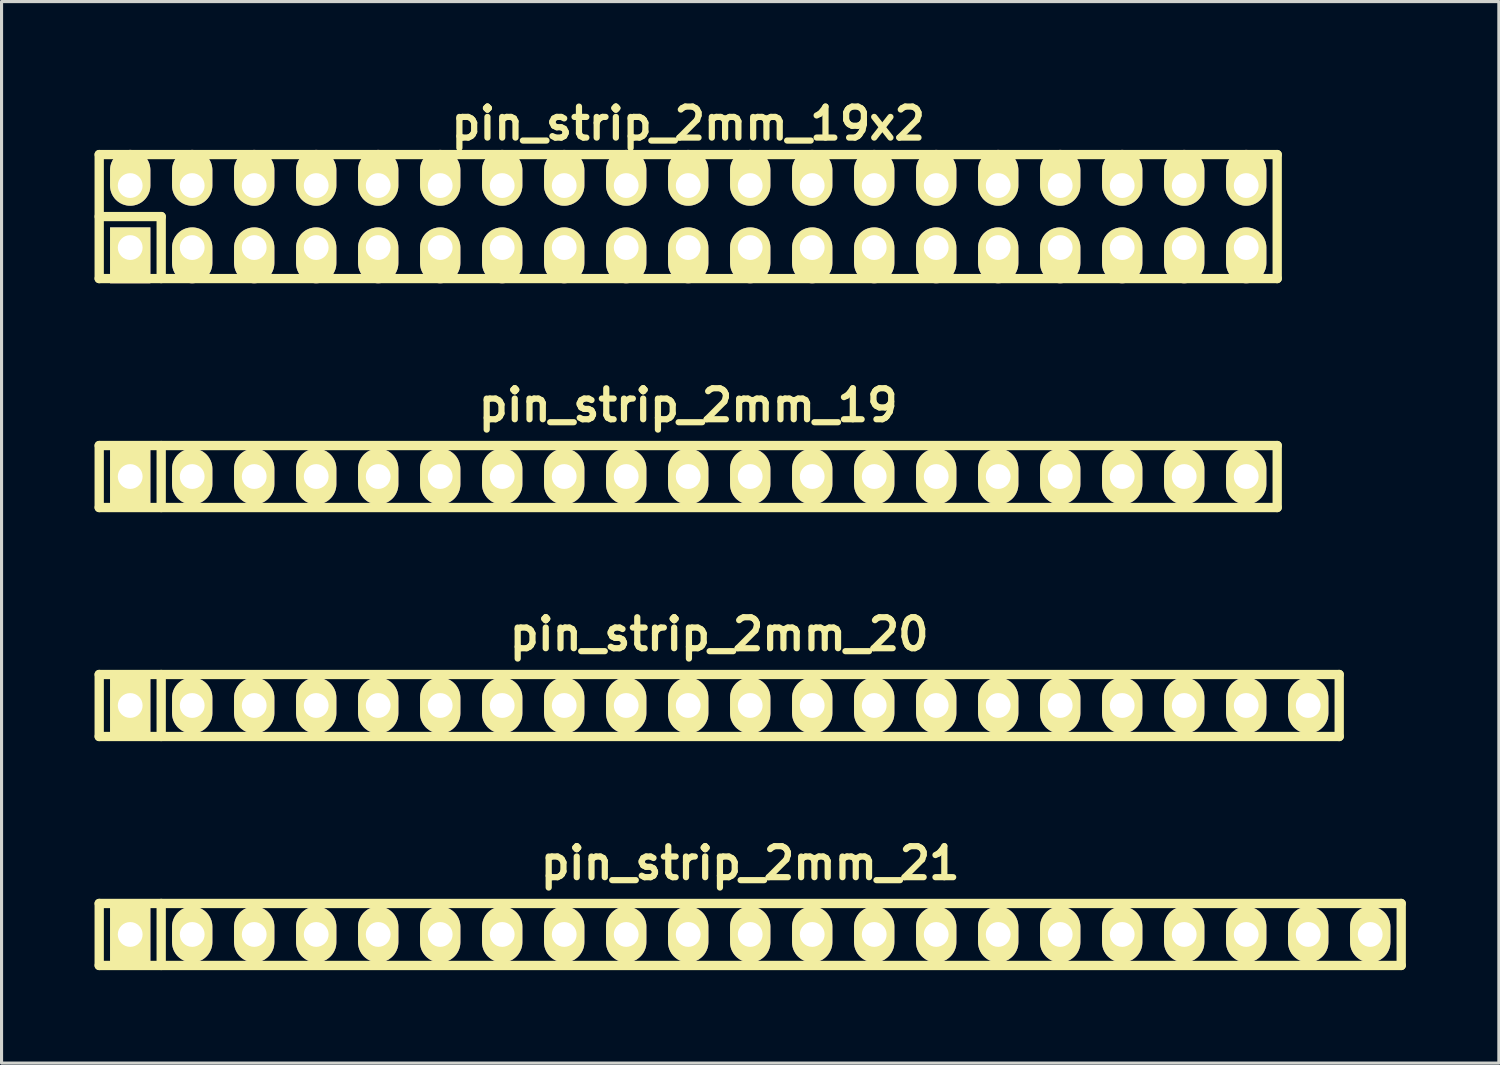
<source format=kicad_pcb>
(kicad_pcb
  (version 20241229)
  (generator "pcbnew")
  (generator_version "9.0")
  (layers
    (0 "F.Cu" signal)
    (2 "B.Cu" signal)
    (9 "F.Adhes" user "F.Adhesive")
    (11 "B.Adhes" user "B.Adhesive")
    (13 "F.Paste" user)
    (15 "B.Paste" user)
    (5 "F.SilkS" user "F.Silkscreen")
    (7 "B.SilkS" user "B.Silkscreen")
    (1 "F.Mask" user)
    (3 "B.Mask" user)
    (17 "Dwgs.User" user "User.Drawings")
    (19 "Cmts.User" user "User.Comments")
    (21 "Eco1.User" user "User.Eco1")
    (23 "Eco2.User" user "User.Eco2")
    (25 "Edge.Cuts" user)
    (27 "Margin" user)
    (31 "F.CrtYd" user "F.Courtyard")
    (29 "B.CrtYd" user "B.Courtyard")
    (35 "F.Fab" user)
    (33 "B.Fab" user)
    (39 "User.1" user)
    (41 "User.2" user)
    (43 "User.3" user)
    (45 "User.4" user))
  (footprint "pin_strip_2mm_21"
    (layer "F.Cu")
    (at 21.15 27.094)
    (property "Reference" "pin_strip_2mm_21" (at 0 -2.3 0) (layer "F.SilkS") (effects (font (size 1 1) (thickness 0.2))))
    (attr through_hole)
    (fp_line (start -21 -1) (end 21 -1) (stroke (width 0.3) (type solid)) (layer "F.SilkS"))
    (fp_line (start -21 1) (end -21 -1) (stroke (width 0.3) (type solid)) (layer "F.SilkS"))
    (fp_line (start -19 -1) (end -19 1) (stroke (width 0.3) (type solid)) (layer "F.SilkS"))
    (fp_line (start 21 -1) (end 21 1) (stroke (width 0.3) (type solid)) (layer "F.SilkS"))
    (fp_line (start 21 1) (end -21 1) (stroke (width 0.3) (type solid)) (layer "F.SilkS"))
    (pad "1" thru_hole rect (at -20 0) (size 1.3 1.8) (drill 0.8) (layers "*.Cu" "*.Mask" "F.SilkS"))
    (pad "2" thru_hole oval (at -18 0) (size 1.3 1.8) (drill 0.8) (layers "*.Cu" "*.Mask" "F.SilkS"))
    (pad "3" thru_hole oval (at -16 0) (size 1.3 1.8) (drill 0.8) (layers "*.Cu" "*.Mask" "F.SilkS"))
    (pad "4" thru_hole oval (at -14 0) (size 1.3 1.8) (drill 0.8) (layers "*.Cu" "*.Mask" "F.SilkS"))
    (pad "5" thru_hole oval (at -12 0) (size 1.3 1.8) (drill 0.8) (layers "*.Cu" "*.Mask" "F.SilkS"))
    (pad "6" thru_hole oval (at -10 0) (size 1.3 1.8) (drill 0.8) (layers "*.Cu" "*.Mask" "F.SilkS"))
    (pad "7" thru_hole oval (at -8 0) (size 1.3 1.8) (drill 0.8) (layers "*.Cu" "*.Mask" "F.SilkS"))
    (pad "8" thru_hole oval (at -6 0) (size 1.3 1.8) (drill 0.8) (layers "*.Cu" "*.Mask" "F.SilkS"))
    (pad "9" thru_hole oval (at -4 0) (size 1.3 1.8) (drill 0.8) (layers "*.Cu" "*.Mask" "F.SilkS"))
    (pad "10" thru_hole oval (at -2 0) (size 1.3 1.8) (drill 0.8) (layers "*.Cu" "*.Mask" "F.SilkS"))
    (pad "11" thru_hole oval (at 0 0) (size 1.3 1.8) (drill 0.8) (layers "*.Cu" "*.Mask" "F.SilkS"))
    (pad "12" thru_hole oval (at 2 0) (size 1.3 1.8) (drill 0.8) (layers "*.Cu" "*.Mask" "F.SilkS"))
    (pad "13" thru_hole oval (at 4 0) (size 1.3 1.8) (drill 0.8) (layers "*.Cu" "*.Mask" "F.SilkS"))
    (pad "14" thru_hole oval (at 6 0) (size 1.3 1.8) (drill 0.8) (layers "*.Cu" "*.Mask" "F.SilkS"))
    (pad "15" thru_hole oval (at 8 0) (size 1.3 1.8) (drill 0.8) (layers "*.Cu" "*.Mask" "F.SilkS"))
    (pad "16" thru_hole oval (at 10 0) (size 1.3 1.8) (drill 0.8) (layers "*.Cu" "*.Mask" "F.SilkS"))
    (pad "17" thru_hole oval (at 12 0) (size 1.3 1.8) (drill 0.8) (layers "*.Cu" "*.Mask" "F.SilkS"))
    (pad "18" thru_hole oval (at 14 0) (size 1.3 1.8) (drill 0.8) (layers "*.Cu" "*.Mask" "F.SilkS"))
    (pad "19" thru_hole oval (at 16 0) (size 1.3 1.8) (drill 0.8) (layers "*.Cu" "*.Mask" "F.SilkS"))
    (pad "20" thru_hole oval (at 18 0) (size 1.3 1.8) (drill 0.8) (layers "*.Cu" "*.Mask" "F.SilkS"))
    (pad "21" thru_hole oval (at 20 0) (size 1.3 1.8) (drill 0.8) (layers "*.Cu" "*.Mask" "F.SilkS")))
  (footprint "pin_strip_2mm_20"
    (layer "F.Cu")
    (at 20.15 19.708)
    (property "Reference" "pin_strip_2mm_20" (at 0 -2.3 0) (layer "F.SilkS") (effects (font (size 1 1) (thickness 0.2))))
    (attr through_hole)
    (fp_line (start -20 -1) (end 20 -1) (stroke (width 0.3) (type solid)) (layer "F.SilkS"))
    (fp_line (start -20 1) (end -20 -1) (stroke (width 0.3) (type solid)) (layer "F.SilkS"))
    (fp_line (start -18 -1) (end -18 1) (stroke (width 0.3) (type solid)) (layer "F.SilkS"))
    (fp_line (start 20 -1) (end 20 1) (stroke (width 0.3) (type solid)) (layer "F.SilkS"))
    (fp_line (start 20 1) (end -20 1) (stroke (width 0.3) (type solid)) (layer "F.SilkS"))
    (pad "1" thru_hole rect (at -19 0) (size 1.3 1.8) (drill 0.8) (layers "*.Cu" "*.Mask" "F.SilkS"))
    (pad "2" thru_hole oval (at -17 0) (size 1.3 1.8) (drill 0.8) (layers "*.Cu" "*.Mask" "F.SilkS"))
    (pad "3" thru_hole oval (at -15 0) (size 1.3 1.8) (drill 0.8) (layers "*.Cu" "*.Mask" "F.SilkS"))
    (pad "4" thru_hole oval (at -13 0) (size 1.3 1.8) (drill 0.8) (layers "*.Cu" "*.Mask" "F.SilkS"))
    (pad "5" thru_hole oval (at -11 0) (size 1.3 1.8) (drill 0.8) (layers "*.Cu" "*.Mask" "F.SilkS"))
    (pad "6" thru_hole oval (at -9 0) (size 1.3 1.8) (drill 0.8) (layers "*.Cu" "*.Mask" "F.SilkS"))
    (pad "7" thru_hole oval (at -7 0) (size 1.3 1.8) (drill 0.8) (layers "*.Cu" "*.Mask" "F.SilkS"))
    (pad "8" thru_hole oval (at -5 0) (size 1.3 1.8) (drill 0.8) (layers "*.Cu" "*.Mask" "F.SilkS"))
    (pad "9" thru_hole oval (at -3 0) (size 1.3 1.8) (drill 0.8) (layers "*.Cu" "*.Mask" "F.SilkS"))
    (pad "10" thru_hole oval (at -1 0) (size 1.3 1.8) (drill 0.8) (layers "*.Cu" "*.Mask" "F.SilkS"))
    (pad "11" thru_hole oval (at 1 0) (size 1.3 1.8) (drill 0.8) (layers "*.Cu" "*.Mask" "F.SilkS"))
    (pad "12" thru_hole oval (at 3 0) (size 1.3 1.8) (drill 0.8) (layers "*.Cu" "*.Mask" "F.SilkS"))
    (pad "13" thru_hole oval (at 5 0) (size 1.3 1.8) (drill 0.8) (layers "*.Cu" "*.Mask" "F.SilkS"))
    (pad "14" thru_hole oval (at 7 0) (size 1.3 1.8) (drill 0.8) (layers "*.Cu" "*.Mask" "F.SilkS"))
    (pad "15" thru_hole oval (at 9 0) (size 1.3 1.8) (drill 0.8) (layers "*.Cu" "*.Mask" "F.SilkS"))
    (pad "16" thru_hole oval (at 11 0) (size 1.3 1.8) (drill 0.8) (layers "*.Cu" "*.Mask" "F.SilkS"))
    (pad "17" thru_hole oval (at 13 0) (size 1.3 1.8) (drill 0.8) (layers "*.Cu" "*.Mask" "F.SilkS"))
    (pad "18" thru_hole oval (at 15 0) (size 1.3 1.8) (drill 0.8) (layers "*.Cu" "*.Mask" "F.SilkS"))
    (pad "19" thru_hole oval (at 17 0) (size 1.3 1.8) (drill 0.8) (layers "*.Cu" "*.Mask" "F.SilkS"))
    (pad "20" thru_hole oval (at 19 0) (size 1.3 1.8) (drill 0.8) (layers "*.Cu" "*.Mask" "F.SilkS")))
  (footprint "pin_strip_2mm_19x2"
    (layer "F.Cu")
    (at 19.15 3.936)
    (property "Reference" "pin_strip_2mm_19x2" (at 0 -3 0) (layer "F.SilkS") (effects (font (size 1 1) (thickness 0.2))))
    (attr through_hole)
    (fp_line (start -19 -2) (end 19 -2) (stroke (width 0.3) (type solid)) (layer "F.SilkS"))
    (fp_line (start -19 0) (end -17 0) (stroke (width 0.3) (type solid)) (layer "F.SilkS"))
    (fp_line (start -19 2) (end -19 -2) (stroke (width 0.3) (type solid)) (layer "F.SilkS"))
    (fp_line (start -17 0) (end -17 2) (stroke (width 0.3) (type solid)) (layer "F.SilkS"))
    (fp_line (start 19 -2) (end 19 2) (stroke (width 0.3) (type solid)) (layer "F.SilkS"))
    (fp_line (start 19 2) (end -19 2) (stroke (width 0.3) (type solid)) (layer "F.SilkS"))
    (pad "1" thru_hole rect (at -18 1) (size 1.3 1.8) (drill 0.8 (offset 0 0.25)) (layers "*.Cu" "*.Mask" "F.SilkS"))
    (pad "2" thru_hole oval (at -18 -1) (size 1.3 1.8) (drill 0.8 (offset 0 -0.25)) (layers "*.Cu" "*.Mask" "F.SilkS"))
    (pad "3" thru_hole oval (at -16 1) (size 1.3 1.8) (drill 0.8 (offset 0 0.25)) (layers "*.Cu" "*.Mask" "F.SilkS"))
    (pad "4" thru_hole oval (at -16 -1) (size 1.3 1.8) (drill 0.8 (offset 0 -0.25)) (layers "*.Cu" "*.Mask" "F.SilkS"))
    (pad "5" thru_hole oval (at -14 1) (size 1.3 1.8) (drill 0.8 (offset 0 0.25)) (layers "*.Cu" "*.Mask" "F.SilkS"))
    (pad "6" thru_hole oval (at -14 -1) (size 1.3 1.8) (drill 0.8 (offset 0 -0.25)) (layers "*.Cu" "*.Mask" "F.SilkS"))
    (pad "7" thru_hole oval (at -12 1) (size 1.3 1.8) (drill 0.8 (offset 0 0.25)) (layers "*.Cu" "*.Mask" "F.SilkS"))
    (pad "8" thru_hole oval (at -12 -1) (size 1.3 1.8) (drill 0.8 (offset 0 -0.25)) (layers "*.Cu" "*.Mask" "F.SilkS"))
    (pad "9" thru_hole oval (at -10 1) (size 1.3 1.8) (drill 0.8 (offset 0 0.25)) (layers "*.Cu" "*.Mask" "F.SilkS"))
    (pad "10" thru_hole oval (at -10 -1) (size 1.3 1.8) (drill 0.8 (offset 0 -0.25)) (layers "*.Cu" "*.Mask" "F.SilkS"))
    (pad "11" thru_hole oval (at -8 1) (size 1.3 1.8) (drill 0.8 (offset 0 0.25)) (layers "*.Cu" "*.Mask" "F.SilkS"))
    (pad "12" thru_hole oval (at -8 -1) (size 1.3 1.8) (drill 0.8 (offset 0 -0.25)) (layers "*.Cu" "*.Mask" "F.SilkS"))
    (pad "13" thru_hole oval (at -6 1) (size 1.3 1.8) (drill 0.8 (offset 0 0.25)) (layers "*.Cu" "*.Mask" "F.SilkS"))
    (pad "14" thru_hole oval (at -6 -1) (size 1.3 1.8) (drill 0.8 (offset 0 -0.25)) (layers "*.Cu" "*.Mask" "F.SilkS"))
    (pad "15" thru_hole oval (at -4 1) (size 1.3 1.8) (drill 0.8 (offset 0 0.25)) (layers "*.Cu" "*.Mask" "F.SilkS"))
    (pad "16" thru_hole oval (at -4 -1) (size 1.3 1.8) (drill 0.8 (offset 0 -0.25)) (layers "*.Cu" "*.Mask" "F.SilkS"))
    (pad "17" thru_hole oval (at -2 1) (size 1.3 1.8) (drill 0.8 (offset 0 0.25)) (layers "*.Cu" "*.Mask" "F.SilkS"))
    (pad "18" thru_hole oval (at -2 -1) (size 1.3 1.8) (drill 0.8 (offset 0 -0.25)) (layers "*.Cu" "*.Mask" "F.SilkS"))
    (pad "19" thru_hole oval (at 0 1) (size 1.3 1.8) (drill 0.8 (offset 0 0.25)) (layers "*.Cu" "*.Mask" "F.SilkS"))
    (pad "20" thru_hole oval (at 0 -1) (size 1.3 1.8) (drill 0.8 (offset 0 -0.25)) (layers "*.Cu" "*.Mask" "F.SilkS"))
    (pad "21" thru_hole oval (at 2 1) (size 1.3 1.8) (drill 0.8 (offset 0 0.25)) (layers "*.Cu" "*.Mask" "F.SilkS"))
    (pad "22" thru_hole oval (at 2 -1) (size 1.3 1.8) (drill 0.8 (offset 0 -0.25)) (layers "*.Cu" "*.Mask" "F.SilkS"))
    (pad "23" thru_hole oval (at 4 1) (size 1.3 1.8) (drill 0.8 (offset 0 0.25)) (layers "*.Cu" "*.Mask" "F.SilkS"))
    (pad "24" thru_hole oval (at 4 -1) (size 1.3 1.8) (drill 0.8 (offset 0 -0.25)) (layers "*.Cu" "*.Mask" "F.SilkS"))
    (pad "25" thru_hole oval (at 6 1) (size 1.3 1.8) (drill 0.8 (offset 0 0.25)) (layers "*.Cu" "*.Mask" "F.SilkS"))
    (pad "26" thru_hole oval (at 6 -1) (size 1.3 1.8) (drill 0.8 (offset 0 -0.25)) (layers "*.Cu" "*.Mask" "F.SilkS"))
    (pad "27" thru_hole oval (at 8 1) (size 1.3 1.8) (drill 0.8 (offset 0 0.25)) (layers "*.Cu" "*.Mask" "F.SilkS"))
    (pad "28" thru_hole oval (at 8 -1) (size 1.3 1.8) (drill 0.8 (offset 0 -0.25)) (layers "*.Cu" "*.Mask" "F.SilkS"))
    (pad "29" thru_hole oval (at 10 1) (size 1.3 1.8) (drill 0.8 (offset 0 0.25)) (layers "*.Cu" "*.Mask" "F.SilkS"))
    (pad "30" thru_hole oval (at 10 -1) (size 1.3 1.8) (drill 0.8 (offset 0 -0.25)) (layers "*.Cu" "*.Mask" "F.SilkS"))
    (pad "31" thru_hole oval (at 12 1) (size 1.3 1.8) (drill 0.8 (offset 0 0.25)) (layers "*.Cu" "*.Mask" "F.SilkS"))
    (pad "32" thru_hole oval (at 12 -1) (size 1.3 1.8) (drill 0.8 (offset 0 -0.25)) (layers "*.Cu" "*.Mask" "F.SilkS"))
    (pad "33" thru_hole oval (at 14 1) (size 1.3 1.8) (drill 0.8 (offset 0 0.25)) (layers "*.Cu" "*.Mask" "F.SilkS"))
    (pad "34" thru_hole oval (at 14 -1) (size 1.3 1.8) (drill 0.8 (offset 0 -0.25)) (layers "*.Cu" "*.Mask" "F.SilkS"))
    (pad "35" thru_hole oval (at 16 1) (size 1.3 1.8) (drill 0.8 (offset 0 0.25)) (layers "*.Cu" "*.Mask" "F.SilkS"))
    (pad "36" thru_hole oval (at 16 -1) (size 1.3 1.8) (drill 0.8 (offset 0 -0.25)) (layers "*.Cu" "*.Mask" "F.SilkS"))
    (pad "37" thru_hole oval (at 18 1) (size 1.3 1.8) (drill 0.8 (offset 0 0.25)) (layers "*.Cu" "*.Mask" "F.SilkS"))
    (pad "38" thru_hole oval (at 18 -1) (size 1.3 1.8) (drill 0.8 (offset 0 -0.25)) (layers "*.Cu" "*.Mask" "F.SilkS")))
  (footprint "pin_strip_2mm_19"
    (layer "F.Cu")
    (at 19.15 12.322)
    (property "Reference" "pin_strip_2mm_19" (at 0 -2.3 0) (layer "F.SilkS") (effects (font (size 1 1) (thickness 0.2))))
    (attr through_hole)
    (fp_line (start -19 -1) (end 19 -1) (stroke (width 0.3) (type solid)) (layer "F.SilkS"))
    (fp_line (start -19 1) (end -19 -1) (stroke (width 0.3) (type solid)) (layer "F.SilkS"))
    (fp_line (start -17 -1) (end -17 1) (stroke (width 0.3) (type solid)) (layer "F.SilkS"))
    (fp_line (start 19 -1) (end 19 1) (stroke (width 0.3) (type solid)) (layer "F.SilkS"))
    (fp_line (start 19 1) (end -19 1) (stroke (width 0.3) (type solid)) (layer "F.SilkS"))
    (pad "1" thru_hole rect (at -18 0) (size 1.3 1.8) (drill 0.8) (layers "*.Cu" "*.Mask" "F.SilkS"))
    (pad "2" thru_hole oval (at -16 0) (size 1.3 1.8) (drill 0.8) (layers "*.Cu" "*.Mask" "F.SilkS"))
    (pad "3" thru_hole oval (at -14 0) (size 1.3 1.8) (drill 0.8) (layers "*.Cu" "*.Mask" "F.SilkS"))
    (pad "4" thru_hole oval (at -12 0) (size 1.3 1.8) (drill 0.8) (layers "*.Cu" "*.Mask" "F.SilkS"))
    (pad "5" thru_hole oval (at -10 0) (size 1.3 1.8) (drill 0.8) (layers "*.Cu" "*.Mask" "F.SilkS"))
    (pad "6" thru_hole oval (at -8 0) (size 1.3 1.8) (drill 0.8) (layers "*.Cu" "*.Mask" "F.SilkS"))
    (pad "7" thru_hole oval (at -6 0) (size 1.3 1.8) (drill 0.8) (layers "*.Cu" "*.Mask" "F.SilkS"))
    (pad "8" thru_hole oval (at -4 0) (size 1.3 1.8) (drill 0.8) (layers "*.Cu" "*.Mask" "F.SilkS"))
    (pad "9" thru_hole oval (at -2 0) (size 1.3 1.8) (drill 0.8) (layers "*.Cu" "*.Mask" "F.SilkS"))
    (pad "10" thru_hole oval (at 0 0) (size 1.3 1.8) (drill 0.8) (layers "*.Cu" "*.Mask" "F.SilkS"))
    (pad "11" thru_hole oval (at 2 0) (size 1.3 1.8) (drill 0.8) (layers "*.Cu" "*.Mask" "F.SilkS"))
    (pad "12" thru_hole oval (at 4 0) (size 1.3 1.8) (drill 0.8) (layers "*.Cu" "*.Mask" "F.SilkS"))
    (pad "13" thru_hole oval (at 6 0) (size 1.3 1.8) (drill 0.8) (layers "*.Cu" "*.Mask" "F.SilkS"))
    (pad "14" thru_hole oval (at 8 0) (size 1.3 1.8) (drill 0.8) (layers "*.Cu" "*.Mask" "F.SilkS"))
    (pad "15" thru_hole oval (at 10 0) (size 1.3 1.8) (drill 0.8) (layers "*.Cu" "*.Mask" "F.SilkS"))
    (pad "16" thru_hole oval (at 12 0) (size 1.3 1.8) (drill 0.8) (layers "*.Cu" "*.Mask" "F.SilkS"))
    (pad "17" thru_hole oval (at 14 0) (size 1.3 1.8) (drill 0.8) (layers "*.Cu" "*.Mask" "F.SilkS"))
    (pad "18" thru_hole oval (at 16 0) (size 1.3 1.8) (drill 0.8) (layers "*.Cu" "*.Mask" "F.SilkS"))
    (pad "19" thru_hole oval (at 18 0) (size 1.3 1.8) (drill 0.8) (layers "*.Cu" "*.Mask" "F.SilkS")))
  (gr_rect
    (start -3 -3)
    (end 45.3 31.244)
    (stroke (width 0.1) (type default))
    (fill no)
    (layer "Edge.Cuts")))
</source>
